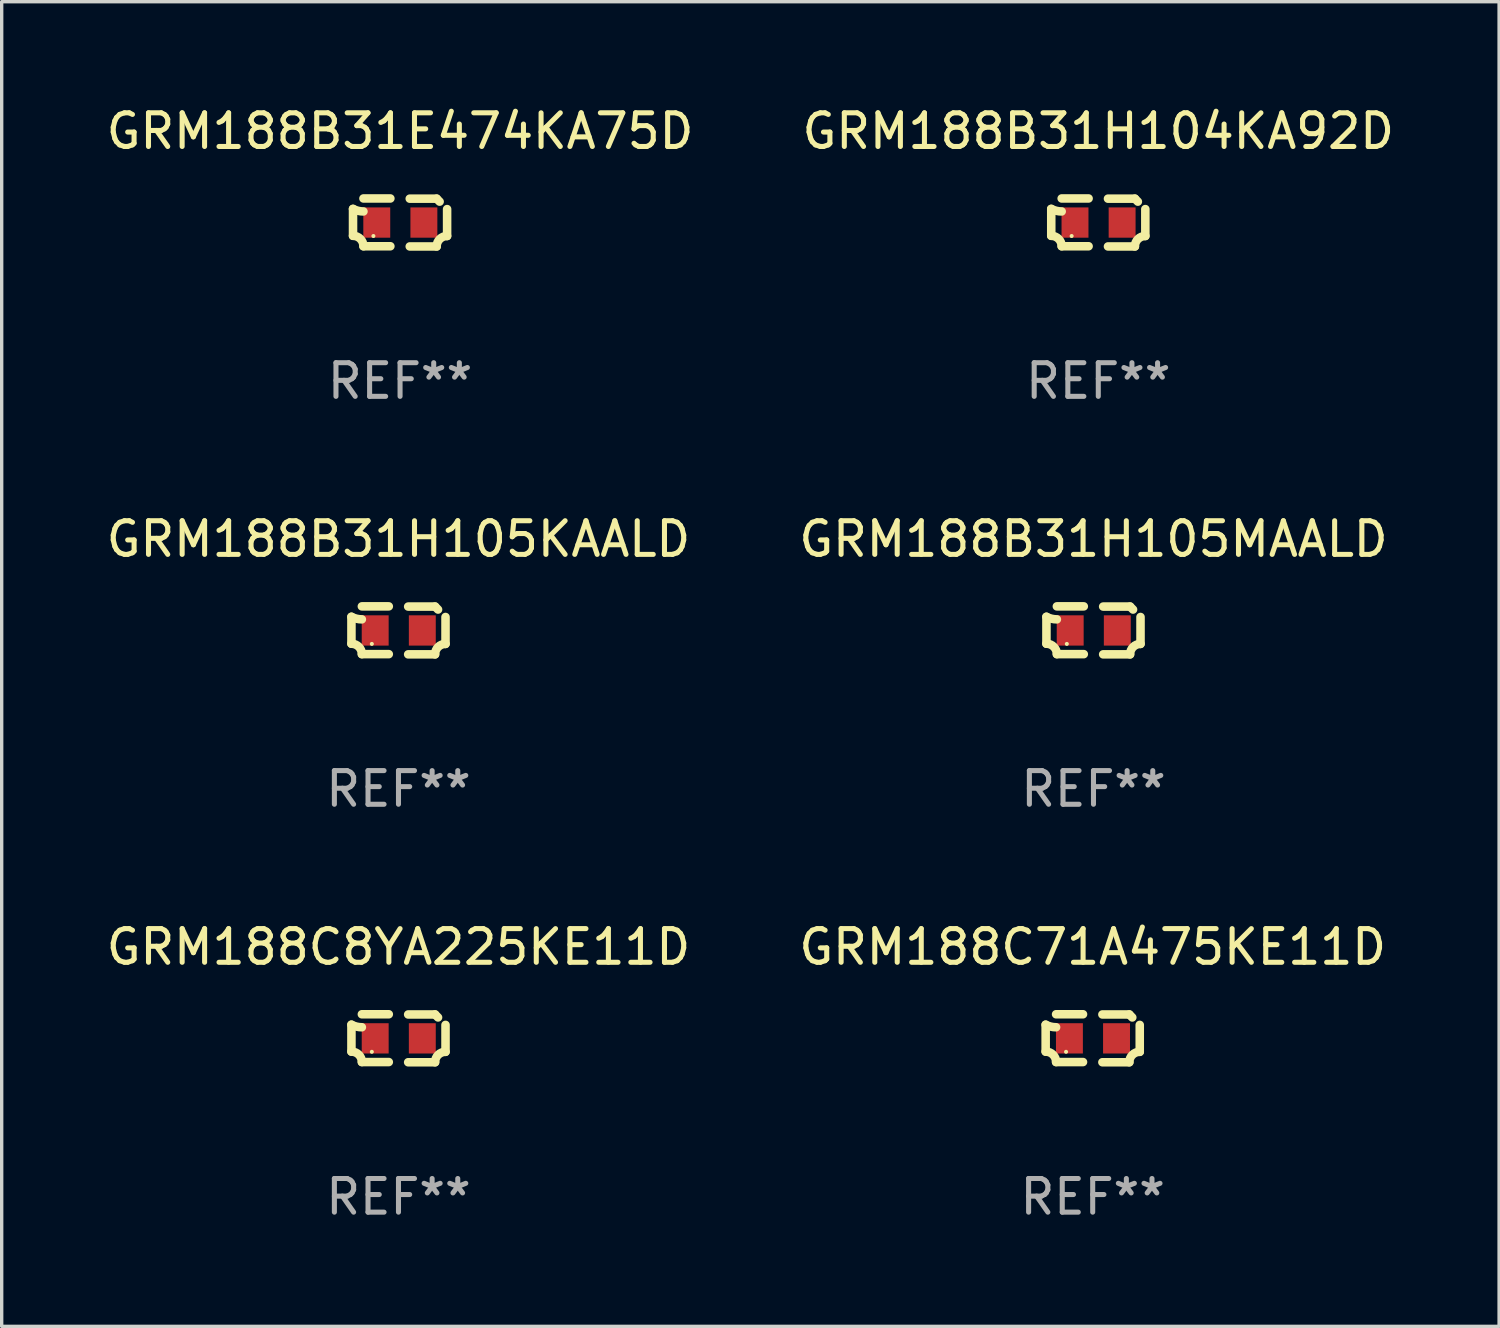
<source format=kicad_pcb>
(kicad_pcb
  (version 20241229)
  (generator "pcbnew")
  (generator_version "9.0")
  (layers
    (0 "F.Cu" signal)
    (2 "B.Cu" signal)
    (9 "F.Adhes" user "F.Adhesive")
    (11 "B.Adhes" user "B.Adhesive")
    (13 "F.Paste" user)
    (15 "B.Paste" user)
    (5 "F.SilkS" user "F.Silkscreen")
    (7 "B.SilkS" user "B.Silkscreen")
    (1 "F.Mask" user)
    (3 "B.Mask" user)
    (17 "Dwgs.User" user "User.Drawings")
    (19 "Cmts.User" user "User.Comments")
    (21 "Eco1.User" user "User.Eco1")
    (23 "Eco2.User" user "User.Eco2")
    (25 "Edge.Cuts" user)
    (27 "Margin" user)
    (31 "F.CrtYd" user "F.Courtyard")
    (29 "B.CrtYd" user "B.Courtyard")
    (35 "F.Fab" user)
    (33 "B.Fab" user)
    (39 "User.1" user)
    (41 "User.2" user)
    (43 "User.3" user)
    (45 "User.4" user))
  (footprint "GRM188B31H104KA92D"
    (layer "F.Cu")
    (at 29.589 3.561)
    (property "Reference" "GRM188B31H104KA92D" (at 0 -2.713 0) (layer "F.SilkS") (effects (font (size 1 1) (thickness 0.15))))
    (attr through_hole)
    (fp_line (start -1.398 -0.403) (end -1.398 0.397) (stroke (width 0.254) (type solid)) (layer "F.SilkS"))
    (fp_line (start -0.288 -0.713) (end -1.088 -0.713) (stroke (width 0.254) (type solid)) (layer "F.SilkS"))
    (fp_line (start -0.288 0.707) (end -1.088 0.707) (stroke (width 0.254) (type solid)) (layer "F.SilkS"))
    (fp_line (start 0.288 -0.707) (end 1.088 -0.707) (stroke (width 0.254) (type solid)) (layer "F.SilkS"))
    (fp_line (start 0.288 0.713) (end 1.088 0.713) (stroke (width 0.254) (type solid)) (layer "F.SilkS"))
    (fp_line (start 1.398 -0.397) (end 1.398 0.403) (stroke (width 0.254) (type solid)) (layer "F.SilkS"))
    (fp_arc (start -1.397789 0.397066) (mid -1.178701 0.487826) (end -1.08796 0.706922) (stroke (width 0.254001) (type solid)) (layer "F.SilkS"))
    (fp_arc (start -1.08796 -0.327176) (mid -1.247436 -0.346384) (end -1.39779 -0.402908) (stroke (width 0.254001) (type solid)) (layer "F.SilkS"))
    (fp_arc (start 1.087909 0.712738) (mid 1.178656 0.493655) (end 1.397739 0.402908) (stroke (width 0.254001) (type solid)) (layer "F.SilkS"))
    (fp_arc (start 1.175925 -0.618926) (mid 1.131917 -0.662923) (end 1.08791 -0.706922) (stroke (width 0.254001) (type solid)) (layer "F.SilkS"))
    (fp_circle (center -0.792 0.403) (end -0.762 0.403) (stroke (width 0.06) (type solid)) (fill no) (layer "F.SilkS"))
    (fp_text user "REF**" (at 0 4.713 0) (layer "F.Fab") (effects (font (size 1 1) (thickness 0.15))))
    (pad "1" smd rect (at -0.692 0.003) (size 0.8 0.9) (layers "F.Cu" "F.Mask" "F.Paste"))
    (pad "2" smd rect (at 0.708 0.003) (size 0.8 0.9) (layers "F.Cu" "F.Mask" "F.Paste")))
  (footprint "GRM188B31H105MAALD"
    (layer "F.Cu")
    (at 29.446 15.683)
    (property "Reference" "GRM188B31H105MAALD" (at 0 -2.713 0) (layer "F.SilkS") (effects (font (size 1 1) (thickness 0.15))))
    (attr through_hole)
    (fp_line (start -1.398 -0.403) (end -1.398 0.397) (stroke (width 0.254) (type solid)) (layer "F.SilkS"))
    (fp_line (start -0.288 -0.713) (end -1.088 -0.713) (stroke (width 0.254) (type solid)) (layer "F.SilkS"))
    (fp_line (start -0.288 0.707) (end -1.088 0.707) (stroke (width 0.254) (type solid)) (layer "F.SilkS"))
    (fp_line (start 0.288 -0.707) (end 1.088 -0.707) (stroke (width 0.254) (type solid)) (layer "F.SilkS"))
    (fp_line (start 0.288 0.713) (end 1.088 0.713) (stroke (width 0.254) (type solid)) (layer "F.SilkS"))
    (fp_line (start 1.398 -0.397) (end 1.398 0.403) (stroke (width 0.254) (type solid)) (layer "F.SilkS"))
    (fp_arc (start -1.397789 0.397066) (mid -1.178701 0.487826) (end -1.08796 0.706922) (stroke (width 0.254001) (type solid)) (layer "F.SilkS"))
    (fp_arc (start -1.08796 -0.327176) (mid -1.247436 -0.346384) (end -1.39779 -0.402908) (stroke (width 0.254001) (type solid)) (layer "F.SilkS"))
    (fp_arc (start 1.087909 0.712738) (mid 1.178656 0.493655) (end 1.397739 0.402908) (stroke (width 0.254001) (type solid)) (layer "F.SilkS"))
    (fp_arc (start 1.175925 -0.618926) (mid 1.131917 -0.662923) (end 1.08791 -0.706922) (stroke (width 0.254001) (type solid)) (layer "F.SilkS"))
    (fp_circle (center -0.792 0.403) (end -0.762 0.403) (stroke (width 0.06) (type solid)) (fill no) (layer "F.SilkS"))
    (fp_text user "REF**" (at 0 4.713 0) (layer "F.Fab") (effects (font (size 1 1) (thickness 0.15))))
    (pad "1" smd rect (at -0.692 0.003) (size 0.8 0.9) (layers "F.Cu" "F.Mask" "F.Paste"))
    (pad "2" smd rect (at 0.708 0.003) (size 0.8 0.9) (layers "F.Cu" "F.Mask" "F.Paste")))
  (footprint "GRM188C8YA225KE11D"
    (layer "F.Cu")
    (at 8.792 27.805)
    (property "Reference" "GRM188C8YA225KE11D" (at 0 -2.713 0) (layer "F.SilkS") (effects (font (size 1 1) (thickness 0.15))))
    (attr through_hole)
    (fp_line (start -1.398 -0.403) (end -1.398 0.397) (stroke (width 0.254) (type solid)) (layer "F.SilkS"))
    (fp_line (start -0.288 -0.713) (end -1.088 -0.713) (stroke (width 0.254) (type solid)) (layer "F.SilkS"))
    (fp_line (start -0.288 0.707) (end -1.088 0.707) (stroke (width 0.254) (type solid)) (layer "F.SilkS"))
    (fp_line (start 0.288 -0.707) (end 1.088 -0.707) (stroke (width 0.254) (type solid)) (layer "F.SilkS"))
    (fp_line (start 0.288 0.713) (end 1.088 0.713) (stroke (width 0.254) (type solid)) (layer "F.SilkS"))
    (fp_line (start 1.398 -0.397) (end 1.398 0.403) (stroke (width 0.254) (type solid)) (layer "F.SilkS"))
    (fp_arc (start -1.397789 0.397066) (mid -1.178701 0.487826) (end -1.08796 0.706922) (stroke (width 0.254001) (type solid)) (layer "F.SilkS"))
    (fp_arc (start -1.08796 -0.327176) (mid -1.247436 -0.346384) (end -1.39779 -0.402908) (stroke (width 0.254001) (type solid)) (layer "F.SilkS"))
    (fp_arc (start 1.087909 0.712738) (mid 1.178656 0.493655) (end 1.397739 0.402908) (stroke (width 0.254001) (type solid)) (layer "F.SilkS"))
    (fp_arc (start 1.175925 -0.618926) (mid 1.131917 -0.662923) (end 1.08791 -0.706922) (stroke (width 0.254001) (type solid)) (layer "F.SilkS"))
    (fp_circle (center -0.792 0.403) (end -0.762 0.403) (stroke (width 0.06) (type solid)) (fill no) (layer "F.SilkS"))
    (fp_text user "REF**" (at 0 4.713 0) (layer "F.Fab") (effects (font (size 1 1) (thickness 0.15))))
    (pad "1" smd rect (at -0.692 0.003) (size 0.8 0.9) (layers "F.Cu" "F.Mask" "F.Paste"))
    (pad "2" smd rect (at 0.708 0.003) (size 0.8 0.9) (layers "F.Cu" "F.Mask" "F.Paste")))
  (footprint "GRM188B31E474KA75D"
    (layer "F.Cu")
    (at 8.839 3.561)
    (property "Reference" "GRM188B31E474KA75D" (at 0 -2.713 0) (layer "F.SilkS") (effects (font (size 1 1) (thickness 0.15))))
    (attr through_hole)
    (fp_line (start -1.398 -0.403) (end -1.398 0.397) (stroke (width 0.254) (type solid)) (layer "F.SilkS"))
    (fp_line (start -0.288 -0.713) (end -1.088 -0.713) (stroke (width 0.254) (type solid)) (layer "F.SilkS"))
    (fp_line (start -0.288 0.707) (end -1.088 0.707) (stroke (width 0.254) (type solid)) (layer "F.SilkS"))
    (fp_line (start 0.288 -0.707) (end 1.088 -0.707) (stroke (width 0.254) (type solid)) (layer "F.SilkS"))
    (fp_line (start 0.288 0.713) (end 1.088 0.713) (stroke (width 0.254) (type solid)) (layer "F.SilkS"))
    (fp_line (start 1.398 -0.397) (end 1.398 0.403) (stroke (width 0.254) (type solid)) (layer "F.SilkS"))
    (fp_arc (start -1.397789 0.397066) (mid -1.178701 0.487826) (end -1.08796 0.706922) (stroke (width 0.254001) (type solid)) (layer "F.SilkS"))
    (fp_arc (start -1.08796 -0.327176) (mid -1.247436 -0.346384) (end -1.39779 -0.402908) (stroke (width 0.254001) (type solid)) (layer "F.SilkS"))
    (fp_arc (start 1.087909 0.712738) (mid 1.178656 0.493655) (end 1.397739 0.402908) (stroke (width 0.254001) (type solid)) (layer "F.SilkS"))
    (fp_arc (start 1.175925 -0.618926) (mid 1.131917 -0.662923) (end 1.08791 -0.706922) (stroke (width 0.254001) (type solid)) (layer "F.SilkS"))
    (fp_circle (center -0.792 0.403) (end -0.762 0.403) (stroke (width 0.06) (type solid)) (fill no) (layer "F.SilkS"))
    (fp_text user "REF**" (at 0 4.713 0) (layer "F.Fab") (effects (font (size 1 1) (thickness 0.15))))
    (pad "1" smd rect (at -0.692 0.003) (size 0.8 0.9) (layers "F.Cu" "F.Mask" "F.Paste"))
    (pad "2" smd rect (at 0.708 0.003) (size 0.8 0.9) (layers "F.Cu" "F.Mask" "F.Paste")))
  (footprint "GRM188C71A475KE11D"
    (layer "F.Cu")
    (at 29.423 27.805)
    (property "Reference" "GRM188C71A475KE11D" (at 0 -2.713 0) (layer "F.SilkS") (effects (font (size 1 1) (thickness 0.15))))
    (attr through_hole)
    (fp_line (start -1.398 -0.403) (end -1.398 0.397) (stroke (width 0.254) (type solid)) (layer "F.SilkS"))
    (fp_line (start -0.288 -0.713) (end -1.088 -0.713) (stroke (width 0.254) (type solid)) (layer "F.SilkS"))
    (fp_line (start -0.288 0.707) (end -1.088 0.707) (stroke (width 0.254) (type solid)) (layer "F.SilkS"))
    (fp_line (start 0.288 -0.707) (end 1.088 -0.707) (stroke (width 0.254) (type solid)) (layer "F.SilkS"))
    (fp_line (start 0.288 0.713) (end 1.088 0.713) (stroke (width 0.254) (type solid)) (layer "F.SilkS"))
    (fp_line (start 1.398 -0.397) (end 1.398 0.403) (stroke (width 0.254) (type solid)) (layer "F.SilkS"))
    (fp_arc (start -1.397789 0.397066) (mid -1.178701 0.487826) (end -1.08796 0.706922) (stroke (width 0.254001) (type solid)) (layer "F.SilkS"))
    (fp_arc (start -1.08796 -0.327176) (mid -1.247436 -0.346384) (end -1.39779 -0.402908) (stroke (width 0.254001) (type solid)) (layer "F.SilkS"))
    (fp_arc (start 1.087909 0.712738) (mid 1.178656 0.493655) (end 1.397739 0.402908) (stroke (width 0.254001) (type solid)) (layer "F.SilkS"))
    (fp_arc (start 1.175925 -0.618926) (mid 1.131917 -0.662923) (end 1.08791 -0.706922) (stroke (width 0.254001) (type solid)) (layer "F.SilkS"))
    (fp_circle (center -0.792 0.403) (end -0.762 0.403) (stroke (width 0.06) (type solid)) (fill no) (layer "F.SilkS"))
    (fp_text user "REF**" (at 0 4.713 0) (layer "F.Fab") (effects (font (size 1 1) (thickness 0.15))))
    (pad "1" smd rect (at -0.692 0.003) (size 0.8 0.9) (layers "F.Cu" "F.Mask" "F.Paste"))
    (pad "2" smd rect (at 0.708 0.003) (size 0.8 0.9) (layers "F.Cu" "F.Mask" "F.Paste")))
  (footprint "GRM188B31H105KAALD"
    (layer "F.Cu")
    (at 8.792 15.683)
    (property "Reference" "GRM188B31H105KAALD" (at 0 -2.713 0) (layer "F.SilkS") (effects (font (size 1 1) (thickness 0.15))))
    (attr through_hole)
    (fp_line (start -1.398 -0.403) (end -1.398 0.397) (stroke (width 0.254) (type solid)) (layer "F.SilkS"))
    (fp_line (start -0.288 -0.713) (end -1.088 -0.713) (stroke (width 0.254) (type solid)) (layer "F.SilkS"))
    (fp_line (start -0.288 0.707) (end -1.088 0.707) (stroke (width 0.254) (type solid)) (layer "F.SilkS"))
    (fp_line (start 0.288 -0.707) (end 1.088 -0.707) (stroke (width 0.254) (type solid)) (layer "F.SilkS"))
    (fp_line (start 0.288 0.713) (end 1.088 0.713) (stroke (width 0.254) (type solid)) (layer "F.SilkS"))
    (fp_line (start 1.398 -0.397) (end 1.398 0.403) (stroke (width 0.254) (type solid)) (layer "F.SilkS"))
    (fp_arc (start -1.397789 0.397066) (mid -1.178701 0.487826) (end -1.08796 0.706922) (stroke (width 0.254001) (type solid)) (layer "F.SilkS"))
    (fp_arc (start -1.08796 -0.327176) (mid -1.247436 -0.346384) (end -1.39779 -0.402908) (stroke (width 0.254001) (type solid)) (layer "F.SilkS"))
    (fp_arc (start 1.087909 0.712738) (mid 1.178656 0.493655) (end 1.397739 0.402908) (stroke (width 0.254001) (type solid)) (layer "F.SilkS"))
    (fp_arc (start 1.175925 -0.618926) (mid 1.131917 -0.662923) (end 1.08791 -0.706922) (stroke (width 0.254001) (type solid)) (layer "F.SilkS"))
    (fp_circle (center -0.792 0.403) (end -0.762 0.403) (stroke (width 0.06) (type solid)) (fill no) (layer "F.SilkS"))
    (fp_text user "REF**" (at 0 4.713 0) (layer "F.Fab") (effects (font (size 1 1) (thickness 0.15))))
    (pad "1" smd rect (at -0.692 0.003) (size 0.8 0.9) (layers "F.Cu" "F.Mask" "F.Paste"))
    (pad "2" smd rect (at 0.708 0.003) (size 0.8 0.9) (layers "F.Cu" "F.Mask" "F.Paste")))
  (gr_rect
    (start -3 -3)
    (end 41.5 36.366)
    (stroke (width 0.1) (type default))
    (fill no)
    (layer "Edge.Cuts")))
</source>
